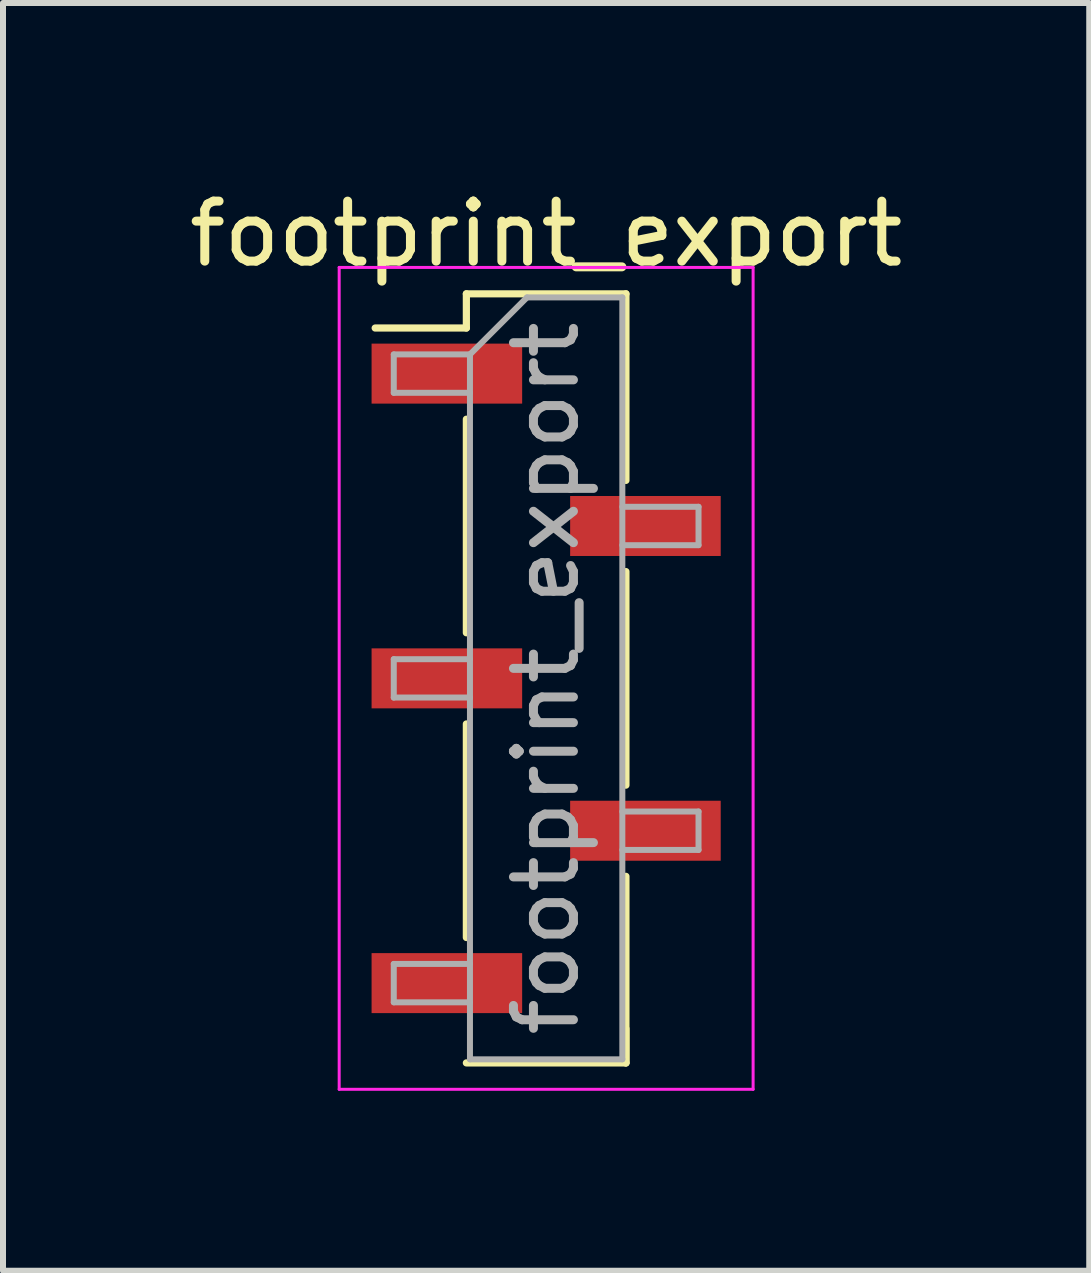
<source format=kicad_pcb>
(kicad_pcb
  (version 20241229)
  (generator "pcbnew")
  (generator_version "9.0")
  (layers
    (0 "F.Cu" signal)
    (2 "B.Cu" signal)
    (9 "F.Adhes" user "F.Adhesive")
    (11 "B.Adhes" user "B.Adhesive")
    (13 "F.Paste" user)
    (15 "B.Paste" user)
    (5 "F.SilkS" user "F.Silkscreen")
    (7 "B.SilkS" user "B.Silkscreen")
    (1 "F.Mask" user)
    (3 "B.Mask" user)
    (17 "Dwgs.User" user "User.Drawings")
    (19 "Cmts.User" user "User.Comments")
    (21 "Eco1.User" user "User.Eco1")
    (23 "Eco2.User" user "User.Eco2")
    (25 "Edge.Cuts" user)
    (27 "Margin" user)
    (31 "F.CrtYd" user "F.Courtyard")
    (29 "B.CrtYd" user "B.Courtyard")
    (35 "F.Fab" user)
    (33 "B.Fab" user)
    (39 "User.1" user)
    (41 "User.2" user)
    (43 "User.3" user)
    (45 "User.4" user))
  (footprint "footprint_export"
    (layer "F.Cu")
    (at 6.054 8.258)
    (property "Reference" "footprint_export" (at 0 -7.41 0) (layer "F.SilkS") (effects (font (size 1 1) (thickness 0.15))))
    (attr smd)
    (fp_line (start -1.33 -6.41) (end -1.33 -5.84) (stroke (width 0.12) (type solid)) (layer "F.SilkS"))
    (fp_line (start -1.33 -6.41) (end 1.33 -6.41) (stroke (width 0.12) (type solid)) (layer "F.SilkS"))
    (fp_line (start -1.33 -5.84) (end -2.85 -5.84) (stroke (width 0.12) (type solid)) (layer "F.SilkS"))
    (fp_line (start -1.33 -4.32) (end -1.33 -0.76) (stroke (width 0.12) (type solid)) (layer "F.SilkS"))
    (fp_line (start -1.33 0.76) (end -1.33 4.32) (stroke (width 0.12) (type solid)) (layer "F.SilkS"))
    (fp_line (start -1.33 6.41) (end 1.33 6.41) (stroke (width 0.12) (type solid)) (layer "F.SilkS"))
    (fp_line (start 1.33 -6.41) (end 1.33 -3.3) (stroke (width 0.12) (type solid)) (layer "F.SilkS"))
    (fp_line (start 1.33 -1.78) (end 1.33 1.78) (stroke (width 0.12) (type solid)) (layer "F.SilkS"))
    (fp_line (start 1.33 3.3) (end 1.33 6.41) (stroke (width 0.12) (type solid)) (layer "F.SilkS"))
    (fp_line (start 1.33 5.84) (end 1.33 6.41) (stroke (width 0.12) (type solid)) (layer "F.SilkS"))
    (fp_line (start -3.45 -6.85) (end -3.45 6.85) (stroke (width 0.05) (type solid)) (layer "F.CrtYd"))
    (fp_line (start -3.45 6.85) (end 3.45 6.85) (stroke (width 0.05) (type solid)) (layer "F.CrtYd"))
    (fp_line (start 3.45 -6.85) (end -3.45 -6.85) (stroke (width 0.05) (type solid)) (layer "F.CrtYd"))
    (fp_line (start 3.45 6.85) (end 3.45 -6.85) (stroke (width 0.05) (type solid)) (layer "F.CrtYd"))
    (fp_line (start -2.54 -5.4) (end -2.54 -4.76) (stroke (width 0.1) (type solid)) (layer "F.Fab"))
    (fp_line (start -2.54 -4.76) (end -1.27 -4.76) (stroke (width 0.1) (type solid)) (layer "F.Fab"))
    (fp_line (start -2.54 -0.32) (end -2.54 0.32) (stroke (width 0.1) (type solid)) (layer "F.Fab"))
    (fp_line (start -2.54 0.32) (end -1.27 0.32) (stroke (width 0.1) (type solid)) (layer "F.Fab"))
    (fp_line (start -2.54 4.76) (end -2.54 5.4) (stroke (width 0.1) (type solid)) (layer "F.Fab"))
    (fp_line (start -2.54 5.4) (end -1.27 5.4) (stroke (width 0.1) (type solid)) (layer "F.Fab"))
    (fp_line (start -1.27 -5.4) (end -2.54 -5.4) (stroke (width 0.1) (type solid)) (layer "F.Fab"))
    (fp_line (start -1.27 -5.4) (end -0.32 -6.35) (stroke (width 0.1) (type solid)) (layer "F.Fab"))
    (fp_line (start -1.27 -0.32) (end -2.54 -0.32) (stroke (width 0.1) (type solid)) (layer "F.Fab"))
    (fp_line (start -1.27 4.76) (end -2.54 4.76) (stroke (width 0.1) (type solid)) (layer "F.Fab"))
    (fp_line (start -1.27 6.35) (end -1.27 -5.4) (stroke (width 0.1) (type solid)) (layer "F.Fab"))
    (fp_line (start -0.32 -6.35) (end 1.27 -6.35) (stroke (width 0.1) (type solid)) (layer "F.Fab"))
    (fp_line (start 1.27 -6.35) (end 1.27 6.35) (stroke (width 0.1) (type solid)) (layer "F.Fab"))
    (fp_line (start 1.27 -2.86) (end 2.54 -2.86) (stroke (width 0.1) (type solid)) (layer "F.Fab"))
    (fp_line (start 1.27 2.22) (end 2.54 2.22) (stroke (width 0.1) (type solid)) (layer "F.Fab"))
    (fp_line (start 1.27 6.35) (end -1.27 6.35) (stroke (width 0.1) (type solid)) (layer "F.Fab"))
    (fp_line (start 2.54 -2.86) (end 2.54 -2.22) (stroke (width 0.1) (type solid)) (layer "F.Fab"))
    (fp_line (start 2.54 -2.22) (end 1.27 -2.22) (stroke (width 0.1) (type solid)) (layer "F.Fab"))
    (fp_line (start 2.54 2.22) (end 2.54 2.86) (stroke (width 0.1) (type solid)) (layer "F.Fab"))
    (fp_line (start 2.54 2.86) (end 1.27 2.86) (stroke (width 0.1) (type solid)) (layer "F.Fab"))
    (fp_text user "${REFERENCE}" (at 0 0 90) (layer "F.Fab") (effects (font (size 1 1) (thickness 0.15))))
    (pad "1" smd rect (at -1.655 -5.08) (size 2.51 1) (layers "F.Cu" "F.Mask" "F.Paste"))
    (pad "2" smd rect (at 1.655 -2.54) (size 2.51 1) (layers "F.Cu" "F.Mask" "F.Paste"))
    (pad "3" smd rect (at -1.655 0) (size 2.51 1) (layers "F.Cu" "F.Mask" "F.Paste"))
    (pad "4" smd rect (at 1.655 2.54) (size 2.51 1) (layers "F.Cu" "F.Mask" "F.Paste"))
    (pad "5" smd rect (at -1.655 5.08) (size 2.51 1) (layers "F.Cu" "F.Mask" "F.Paste")))
  (gr_rect
    (start -3 -3)
    (end 15.107 18.133)
    (stroke (width 0.1) (type default))
    (fill no)
    (layer "Edge.Cuts")))
</source>
